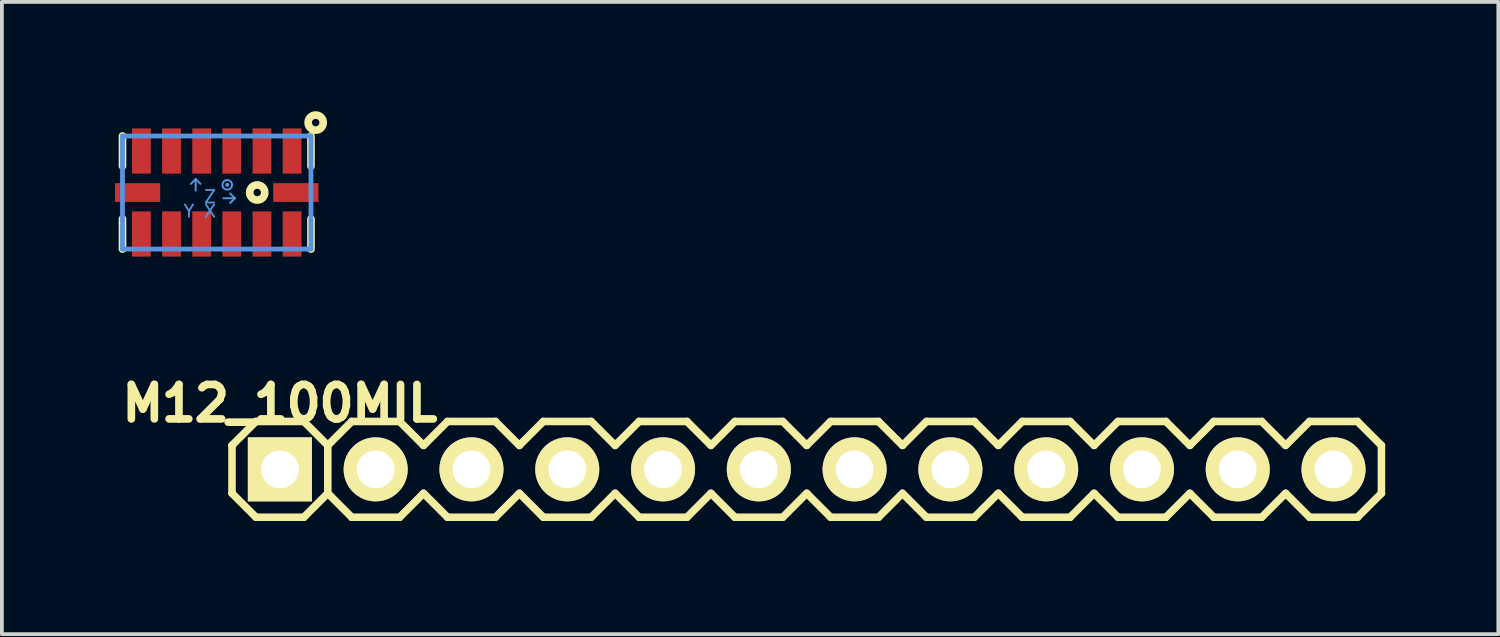
<source format=kicad_pcb>
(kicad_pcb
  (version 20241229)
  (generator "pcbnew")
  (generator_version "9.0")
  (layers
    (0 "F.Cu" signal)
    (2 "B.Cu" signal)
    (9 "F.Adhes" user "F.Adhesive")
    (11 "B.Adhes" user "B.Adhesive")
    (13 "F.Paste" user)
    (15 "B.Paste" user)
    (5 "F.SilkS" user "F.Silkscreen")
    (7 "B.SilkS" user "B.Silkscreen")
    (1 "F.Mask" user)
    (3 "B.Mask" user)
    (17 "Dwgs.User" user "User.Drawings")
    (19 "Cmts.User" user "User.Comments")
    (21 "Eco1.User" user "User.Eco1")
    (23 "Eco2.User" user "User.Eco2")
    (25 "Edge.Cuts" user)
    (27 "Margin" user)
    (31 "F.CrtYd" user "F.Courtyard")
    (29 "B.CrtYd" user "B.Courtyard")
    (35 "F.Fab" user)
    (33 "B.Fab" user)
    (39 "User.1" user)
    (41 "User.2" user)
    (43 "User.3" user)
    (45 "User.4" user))
  (footprint "M12_100MIL"
    (layer "F.Cu")
    (at 4.372 9.396)
    (property "Reference" "M12_100MIL" (at 0 -1.75 0) (layer "F.SilkS") (effects (font (size 0.914 0.914) (thickness 0.203))))
    (attr through_hole)
    (fp_line (start -1.27 -0.635) (end -0.635 -1.27) (stroke (width 0.201) (type solid)) (layer "F.SilkS"))
    (fp_line (start -1.27 0.635) (end -1.27 -0.635) (stroke (width 0.201) (type solid)) (layer "F.SilkS"))
    (fp_line (start -0.635 -1.27) (end 0.635 -1.27) (stroke (width 0.201) (type solid)) (layer "F.SilkS"))
    (fp_line (start -0.635 1.27) (end -1.27 0.635) (stroke (width 0.201) (type solid)) (layer "F.SilkS"))
    (fp_line (start 0.635 -1.27) (end 1.27 -0.635) (stroke (width 0.201) (type solid)) (layer "F.SilkS"))
    (fp_line (start 0.635 1.27) (end -0.635 1.27) (stroke (width 0.201) (type solid)) (layer "F.SilkS"))
    (fp_line (start 1.27 -0.635) (end 1.27 0.635) (stroke (width 0.201) (type solid)) (layer "F.SilkS"))
    (fp_line (start 1.27 -0.635) (end 1.905 -1.27) (stroke (width 0.201) (type solid)) (layer "F.SilkS"))
    (fp_line (start 1.27 0.635) (end 0.635 1.27) (stroke (width 0.201) (type solid)) (layer "F.SilkS"))
    (fp_line (start 1.905 -1.27) (end 3.175 -1.27) (stroke (width 0.201) (type solid)) (layer "F.SilkS"))
    (fp_line (start 1.905 1.27) (end 1.27 0.635) (stroke (width 0.201) (type solid)) (layer "F.SilkS"))
    (fp_line (start 3.175 -1.27) (end 3.81 -0.635) (stroke (width 0.201) (type solid)) (layer "F.SilkS"))
    (fp_line (start 3.175 1.27) (end 1.905 1.27) (stroke (width 0.201) (type solid)) (layer "F.SilkS"))
    (fp_line (start 3.81 -0.635) (end 4.445 -1.27) (stroke (width 0.201) (type solid)) (layer "F.SilkS"))
    (fp_line (start 3.81 0.635) (end 3.175 1.27) (stroke (width 0.201) (type solid)) (layer "F.SilkS"))
    (fp_line (start 4.445 -1.27) (end 5.715 -1.27) (stroke (width 0.201) (type solid)) (layer "F.SilkS"))
    (fp_line (start 4.445 1.27) (end 3.81 0.635) (stroke (width 0.201) (type solid)) (layer "F.SilkS"))
    (fp_line (start 5.715 -1.27) (end 6.35 -0.635) (stroke (width 0.201) (type solid)) (layer "F.SilkS"))
    (fp_line (start 5.715 1.27) (end 4.445 1.27) (stroke (width 0.201) (type solid)) (layer "F.SilkS"))
    (fp_line (start 6.35 -0.635) (end 6.985 -1.27) (stroke (width 0.201) (type solid)) (layer "F.SilkS"))
    (fp_line (start 6.35 0.635) (end 5.715 1.27) (stroke (width 0.201) (type solid)) (layer "F.SilkS"))
    (fp_line (start 6.985 -1.27) (end 8.255 -1.27) (stroke (width 0.201) (type solid)) (layer "F.SilkS"))
    (fp_line (start 6.985 1.27) (end 6.35 0.635) (stroke (width 0.201) (type solid)) (layer "F.SilkS"))
    (fp_line (start 8.255 -1.27) (end 8.89 -0.635) (stroke (width 0.201) (type solid)) (layer "F.SilkS"))
    (fp_line (start 8.255 1.27) (end 6.985 1.27) (stroke (width 0.201) (type solid)) (layer "F.SilkS"))
    (fp_line (start 8.89 -0.635) (end 9.525 -1.27) (stroke (width 0.201) (type solid)) (layer "F.SilkS"))
    (fp_line (start 8.89 0.635) (end 8.255 1.27) (stroke (width 0.201) (type solid)) (layer "F.SilkS"))
    (fp_line (start 9.525 -1.27) (end 10.795 -1.27) (stroke (width 0.201) (type solid)) (layer "F.SilkS"))
    (fp_line (start 9.525 1.27) (end 8.89 0.635) (stroke (width 0.201) (type solid)) (layer "F.SilkS"))
    (fp_line (start 10.795 -1.27) (end 11.43 -0.635) (stroke (width 0.201) (type solid)) (layer "F.SilkS"))
    (fp_line (start 10.795 1.27) (end 9.525 1.27) (stroke (width 0.201) (type solid)) (layer "F.SilkS"))
    (fp_line (start 11.43 -0.635) (end 12.065 -1.27) (stroke (width 0.201) (type solid)) (layer "F.SilkS"))
    (fp_line (start 11.43 0.635) (end 10.795 1.27) (stroke (width 0.201) (type solid)) (layer "F.SilkS"))
    (fp_line (start 12.065 -1.27) (end 13.335 -1.27) (stroke (width 0.201) (type solid)) (layer "F.SilkS"))
    (fp_line (start 12.065 1.27) (end 11.43 0.635) (stroke (width 0.201) (type solid)) (layer "F.SilkS"))
    (fp_line (start 13.335 -1.27) (end 13.97 -0.635) (stroke (width 0.201) (type solid)) (layer "F.SilkS"))
    (fp_line (start 13.335 1.27) (end 12.065 1.27) (stroke (width 0.201) (type solid)) (layer "F.SilkS"))
    (fp_line (start 13.97 -0.635) (end 14.605 -1.27) (stroke (width 0.201) (type solid)) (layer "F.SilkS"))
    (fp_line (start 13.97 0.635) (end 13.335 1.27) (stroke (width 0.201) (type solid)) (layer "F.SilkS"))
    (fp_line (start 14.605 -1.27) (end 15.875 -1.27) (stroke (width 0.201) (type solid)) (layer "F.SilkS"))
    (fp_line (start 14.605 1.27) (end 13.97 0.635) (stroke (width 0.201) (type solid)) (layer "F.SilkS"))
    (fp_line (start 15.875 -1.27) (end 16.51 -0.635) (stroke (width 0.201) (type solid)) (layer "F.SilkS"))
    (fp_line (start 15.875 1.27) (end 14.605 1.27) (stroke (width 0.201) (type solid)) (layer "F.SilkS"))
    (fp_line (start 16.51 -0.635) (end 17.145 -1.27) (stroke (width 0.201) (type solid)) (layer "F.SilkS"))
    (fp_line (start 16.51 0.635) (end 15.875 1.27) (stroke (width 0.201) (type solid)) (layer "F.SilkS"))
    (fp_line (start 17.145 -1.27) (end 18.415 -1.27) (stroke (width 0.201) (type solid)) (layer "F.SilkS"))
    (fp_line (start 17.145 1.27) (end 16.51 0.635) (stroke (width 0.201) (type solid)) (layer "F.SilkS"))
    (fp_line (start 18.415 -1.27) (end 19.05 -0.635) (stroke (width 0.201) (type solid)) (layer "F.SilkS"))
    (fp_line (start 18.415 1.27) (end 17.145 1.27) (stroke (width 0.201) (type solid)) (layer "F.SilkS"))
    (fp_line (start 19.05 -0.635) (end 19.685 -1.27) (stroke (width 0.201) (type solid)) (layer "F.SilkS"))
    (fp_line (start 19.05 0.635) (end 18.415 1.27) (stroke (width 0.201) (type solid)) (layer "F.SilkS"))
    (fp_line (start 19.685 -1.27) (end 20.955 -1.27) (stroke (width 0.201) (type solid)) (layer "F.SilkS"))
    (fp_line (start 19.685 1.27) (end 19.05 0.635) (stroke (width 0.201) (type solid)) (layer "F.SilkS"))
    (fp_line (start 20.955 -1.27) (end 21.59 -0.635) (stroke (width 0.201) (type solid)) (layer "F.SilkS"))
    (fp_line (start 20.955 1.27) (end 19.685 1.27) (stroke (width 0.201) (type solid)) (layer "F.SilkS"))
    (fp_line (start 21.59 -0.635) (end 22.225 -1.27) (stroke (width 0.201) (type solid)) (layer "F.SilkS"))
    (fp_line (start 21.59 0.635) (end 20.955 1.27) (stroke (width 0.201) (type solid)) (layer "F.SilkS"))
    (fp_line (start 22.225 -1.27) (end 23.495 -1.27) (stroke (width 0.201) (type solid)) (layer "F.SilkS"))
    (fp_line (start 22.225 1.27) (end 21.59 0.635) (stroke (width 0.201) (type solid)) (layer "F.SilkS"))
    (fp_line (start 23.495 -1.27) (end 24.13 -0.635) (stroke (width 0.201) (type solid)) (layer "F.SilkS"))
    (fp_line (start 23.495 1.27) (end 22.225 1.27) (stroke (width 0.201) (type solid)) (layer "F.SilkS"))
    (fp_line (start 24.13 -0.635) (end 24.765 -1.27) (stroke (width 0.201) (type solid)) (layer "F.SilkS"))
    (fp_line (start 24.13 0.635) (end 23.495 1.27) (stroke (width 0.201) (type solid)) (layer "F.SilkS"))
    (fp_line (start 24.765 -1.27) (end 26.035 -1.27) (stroke (width 0.201) (type solid)) (layer "F.SilkS"))
    (fp_line (start 24.765 1.27) (end 24.13 0.635) (stroke (width 0.201) (type solid)) (layer "F.SilkS"))
    (fp_line (start 26.035 -1.27) (end 26.67 -0.635) (stroke (width 0.201) (type solid)) (layer "F.SilkS"))
    (fp_line (start 26.035 1.27) (end 24.765 1.27) (stroke (width 0.201) (type solid)) (layer "F.SilkS"))
    (fp_line (start 26.67 -0.635) (end 27.305 -1.27) (stroke (width 0.201) (type solid)) (layer "F.SilkS"))
    (fp_line (start 26.67 0.635) (end 26.035 1.27) (stroke (width 0.201) (type solid)) (layer "F.SilkS"))
    (fp_line (start 27.305 -1.27) (end 28.575 -1.27) (stroke (width 0.201) (type solid)) (layer "F.SilkS"))
    (fp_line (start 27.305 1.27) (end 26.67 0.635) (stroke (width 0.201) (type solid)) (layer "F.SilkS"))
    (fp_line (start 28.575 -1.27) (end 29.21 -0.635) (stroke (width 0.201) (type solid)) (layer "F.SilkS"))
    (fp_line (start 28.575 1.27) (end 27.305 1.27) (stroke (width 0.201) (type solid)) (layer "F.SilkS"))
    (fp_line (start 29.21 -0.635) (end 29.21 0.635) (stroke (width 0.201) (type solid)) (layer "F.SilkS"))
    (fp_line (start 29.21 0.635) (end 28.575 1.27) (stroke (width 0.201) (type solid)) (layer "F.SilkS"))
    (pad "1" thru_hole rect (at 0 0) (size 1.699 1.699) (drill 1.001) (layers "*.Cu" "*.Mask" "F.SilkS"))
    (pad "2" thru_hole circle (at 2.54 0) (size 1.699 1.699) (drill 1.001) (layers "*.Cu" "*.Mask" "F.SilkS"))
    (pad "3" thru_hole circle (at 5.08 0) (size 1.699 1.699) (drill 1.001) (layers "*.Cu" "*.Mask" "F.SilkS"))
    (pad "4" thru_hole circle (at 7.62 0) (size 1.699 1.699) (drill 1.001) (layers "*.Cu" "*.Mask" "F.SilkS"))
    (pad "5" thru_hole circle (at 10.16 0) (size 1.699 1.699) (drill 1.001) (layers "*.Cu" "*.Mask" "F.SilkS"))
    (pad "6" thru_hole circle (at 12.7 0) (size 1.699 1.699) (drill 1.001) (layers "*.Cu" "*.Mask" "F.SilkS"))
    (pad "7" thru_hole circle (at 15.24 0) (size 1.699 1.699) (drill 1.001) (layers "*.Cu" "*.Mask" "F.SilkS"))
    (pad "8" thru_hole circle (at 17.78 0) (size 1.699 1.699) (drill 1.001) (layers "*.Cu" "*.Mask" "F.SilkS"))
    (pad "9" thru_hole circle (at 20.32 0) (size 1.699 1.699) (drill 1.001) (layers "*.Cu" "*.Mask" "F.SilkS"))
    (pad "10" thru_hole circle (at 22.86 0) (size 1.699 1.699) (drill 1.001) (layers "*.Cu" "*.Mask" "F.SilkS"))
    (pad "11" thru_hole circle (at 25.4 0) (size 1.699 1.699) (drill 1.001) (layers "*.Cu" "*.Mask" "F.SilkS"))
    (pad "12" thru_hole circle (at 27.94 0) (size 1.699 1.699) (drill 1.001) (layers "*.Cu" "*.Mask" "F.SilkS")))
  (footprint "LGA14"
    (layer "F.Cu")
    (at 2.697 2.055)
    (property "Reference" "LGA14" (at 0 0 0) (layer "Cmts.User") (effects (font (size 0.001 0.001) (thickness 0.000001))))
    (attr through_hole)
    (fp_line (start -2.499 -0.699) (end -2.499 -1.499) (stroke (width 0.203) (type solid)) (layer "F.SilkS"))
    (fp_line (start -2.499 1.499) (end -2.499 0.699) (stroke (width 0.203) (type solid)) (layer "F.SilkS"))
    (fp_line (start 2.499 -1.499) (end 2.499 -0.699) (stroke (width 0.203) (type solid)) (layer "F.SilkS"))
    (fp_line (start 2.499 0.699) (end 2.499 1.499) (stroke (width 0.203) (type solid)) (layer "F.SilkS"))
    (fp_circle (center 1.074 0) (end 1.173 0) (stroke (width 0.203) (type solid)) (fill no) (layer "F.SilkS"))
    (fp_circle (center 2.624 -1.854) (end 2.723 -1.854) (stroke (width 0.203) (type solid)) (fill no) (layer "F.SilkS"))
    (fp_line (start -2.499 -1.499) (end -2.499 1.499) (stroke (width 0.127) (type solid)) (layer "Cmts.User"))
    (fp_line (start -2.499 1.499) (end 2.499 1.499) (stroke (width 0.127) (type solid)) (layer "Cmts.User"))
    (fp_line (start -0.559 -0.356) (end -0.686 -0.229) (stroke (width 0.051) (type solid)) (layer "Cmts.User"))
    (fp_line (start -0.559 -0.356) (end -0.432 -0.229) (stroke (width 0.051) (type solid)) (layer "Cmts.User"))
    (fp_line (start -0.559 -0.051) (end -0.559 -0.356) (stroke (width 0.051) (type solid)) (layer "Cmts.User"))
    (fp_line (start 0.178 0.152) (end 0.483 0.152) (stroke (width 0.051) (type solid)) (layer "Cmts.User"))
    (fp_line (start 0.483 0.152) (end 0.356 0.025) (stroke (width 0.051) (type solid)) (layer "Cmts.User"))
    (fp_line (start 0.483 0.152) (end 0.356 0.279) (stroke (width 0.051) (type solid)) (layer "Cmts.User"))
    (fp_line (start 2.499 -1.499) (end -2.499 -1.499) (stroke (width 0.127) (type solid)) (layer "Cmts.User"))
    (fp_line (start 2.499 1.499) (end 2.499 -1.499) (stroke (width 0.127) (type solid)) (layer "Cmts.User"))
    (fp_circle (center 0.279 -0.203) (end 0.305 -0.203) (stroke (width 0.051) (type solid)) (fill no) (layer "Cmts.User"))
    (fp_circle (center 0.279 -0.203) (end 0.406 -0.203) (stroke (width 0.051) (type solid)) (fill no) (layer "Cmts.User"))
    (fp_text user "X" (at -0.178 0.495 0) (layer "Cmts.User") (effects (font (size 0.33 0.33) (thickness 0.048))))
    (fp_text user "Z" (at -0.178 0.114 0) (layer "Cmts.User") (effects (font (size 0.33 0.33) (thickness 0.048))))
    (fp_text user "Y" (at -0.737 0.495 0) (layer "Cmts.User") (effects (font (size 0.33 0.33) (thickness 0.048))))
    (pad "1" smd rect (at 1.999 -1.1) (size 0.498 1.199) (layers "F.Cu" "F.Mask" "F.Paste"))
    (pad "2" smd rect (at 1.199 -1.1 180) (size 0.498 1.199) (layers "F.Cu" "F.Mask" "F.Paste"))
    (pad "3" smd rect (at 0.399 -1.1 180) (size 0.498 1.199) (layers "F.Cu" "F.Mask" "F.Paste"))
    (pad "4" smd rect (at -0.399 -1.1 180) (size 0.498 1.199) (layers "F.Cu" "F.Mask" "F.Paste"))
    (pad "5" smd rect (at -1.199 -1.1 180) (size 0.498 1.199) (layers "F.Cu" "F.Mask" "F.Paste"))
    (pad "6" smd rect (at -1.999 -1.1 180) (size 0.498 1.199) (layers "F.Cu" "F.Mask" "F.Paste"))
    (pad "7" smd rect (at -2.098 0 270) (size 0.498 1.199) (layers "F.Cu" "F.Mask" "F.Paste"))
    (pad "8" smd rect (at -1.999 1.1 180) (size 0.498 1.199) (layers "F.Cu" "F.Mask" "F.Paste"))
    (pad "9" smd rect (at -1.199 1.1 180) (size 0.498 1.199) (layers "F.Cu" "F.Mask" "F.Paste"))
    (pad "10" smd rect (at -0.399 1.1) (size 0.498 1.199) (layers "F.Cu" "F.Mask" "F.Paste"))
    (pad "11" smd rect (at 0.399 1.1) (size 0.498 1.199) (layers "F.Cu" "F.Mask" "F.Paste"))
    (pad "12" smd rect (at 1.199 1.1) (size 0.498 1.199) (layers "F.Cu" "F.Mask" "F.Paste"))
    (pad "13" smd rect (at 1.999 1.1) (size 0.498 1.199) (layers "F.Cu" "F.Mask" "F.Paste"))
    (pad "14" smd rect (at 2.098 0 90) (size 0.498 1.199) (layers "F.Cu" "F.Mask" "F.Paste")))
  (gr_rect
    (start -3 -3)
    (end 36.682 13.766)
    (stroke (width 0.1) (type default))
    (fill no)
    (layer "Edge.Cuts")))
</source>
